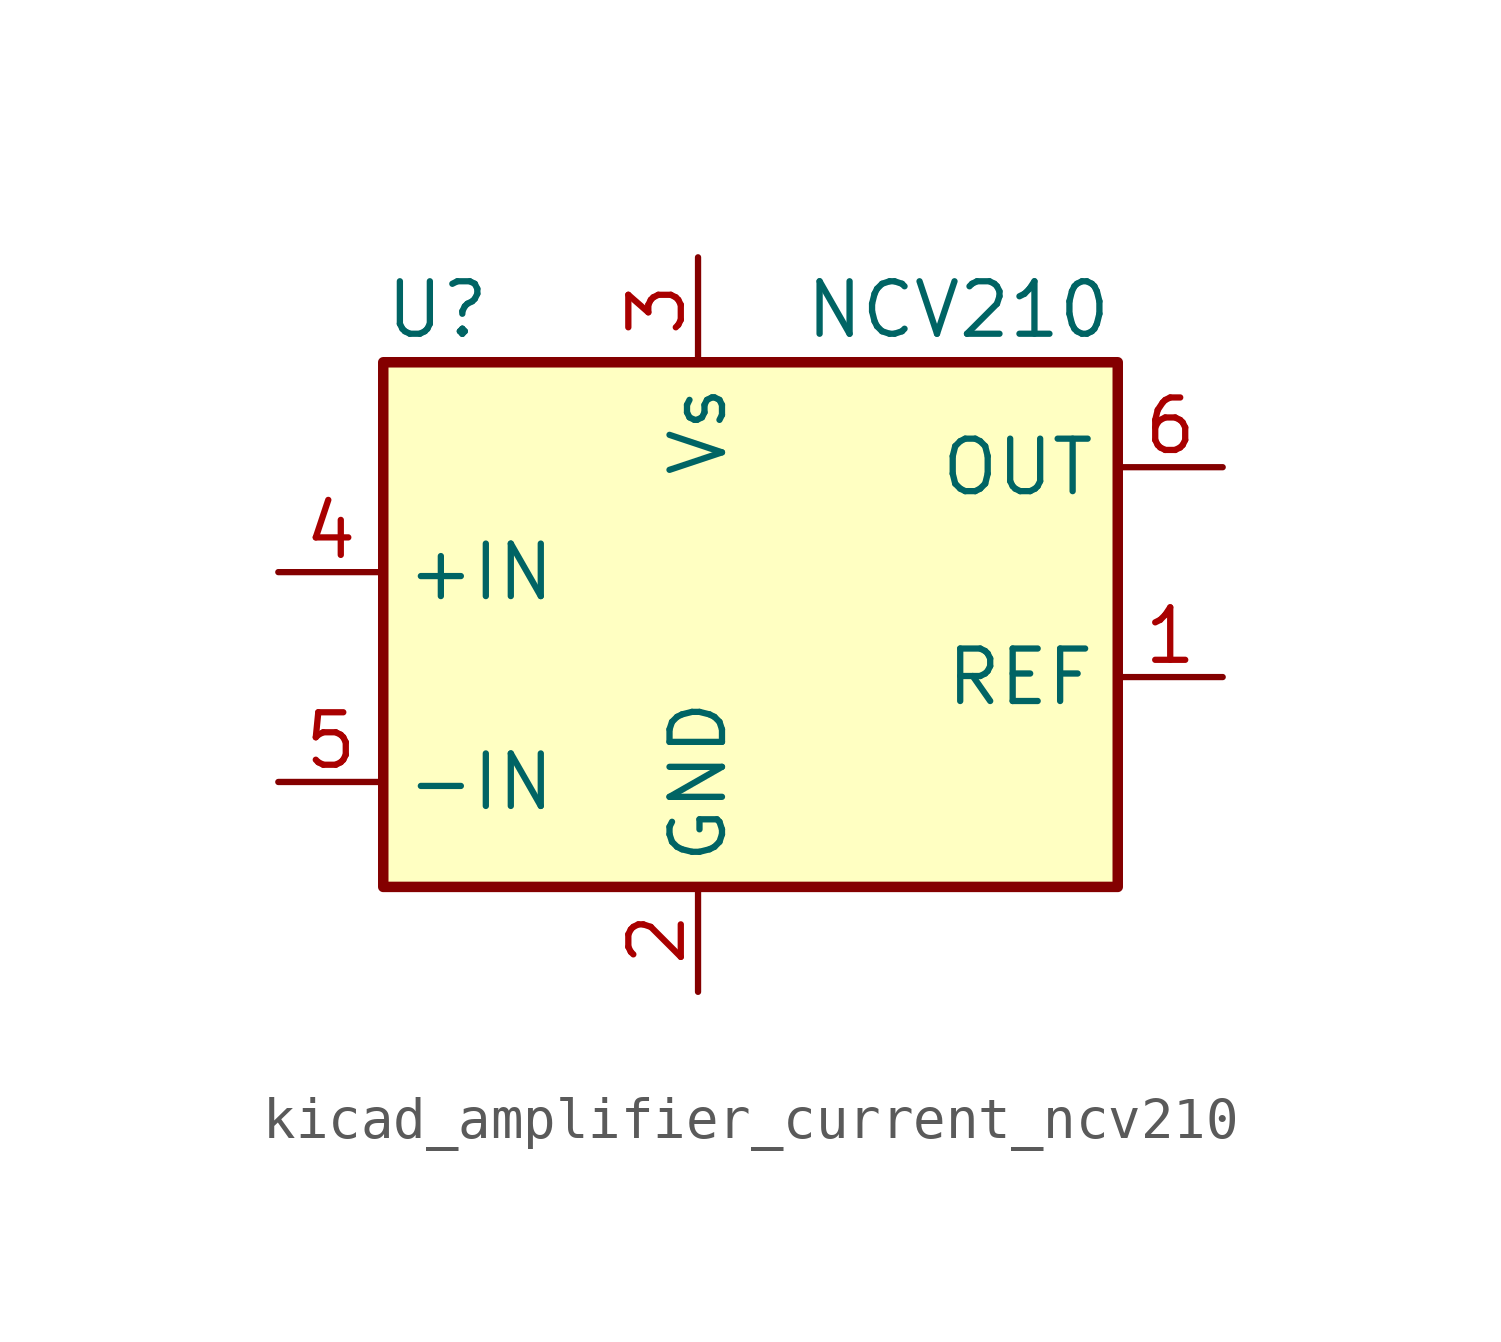
<source format=kicad_sym>
(kicad_symbol_lib
  (version 20220914)
  (generator kicad_symbol_editor)
  (symbol "kicad_amplifier_current_ncv210"
    (property "Reference" "U"
      (at -7.62 8.89 0)
      (effects (font (size 1.27 1.27)) (justify left)))
    (property "Value" "NCV210"
      (at 2.54 8.89 0)
      (effects (font (size 1.27 1.27)) (justify left)))
    (symbol "kicad_amplifier_current_ncv210_0_1"
      (rectangle (start -7.62 7.62) (end 10.16 -5.08) (stroke (width 0.254) (type default)) (fill (type background))))
    (symbol "kicad_amplifier_current_ncv210_1_1"
      (pin input line (at 12.7 0 180) (length 2.54) (name "REF" (effects (font (size 1.27 1.27)))) (number "1" (effects (font (size 1.27 1.27)))))
      (pin power_in line (at 0 -7.62 90) (length 2.54) (name "GND" (effects (font (size 1.27 1.27)))) (number "2" (effects (font (size 1.27 1.27)))))
      (pin power_in line (at 0 10.16 270) (length 2.54) (name "Vs" (effects (font (size 1.27 1.27)))) (number "3" (effects (font (size 1.27 1.27)))))
      (pin input line (at -10.16 2.54 0) (length 2.54) (name "+IN" (effects (font (size 1.27 1.27)))) (number "4" (effects (font (size 1.27 1.27)))))
      (pin input line (at -10.16 -2.54 0) (length 2.54) (name "-IN" (effects (font (size 1.27 1.27)))) (number "5" (effects (font (size 1.27 1.27)))))
      (pin output line (at 12.7 5.08 180) (length 2.54) (name "OUT" (effects (font (size 1.27 1.27)))) (number "6" (effects (font (size 1.27 1.27))))))))
</source>
